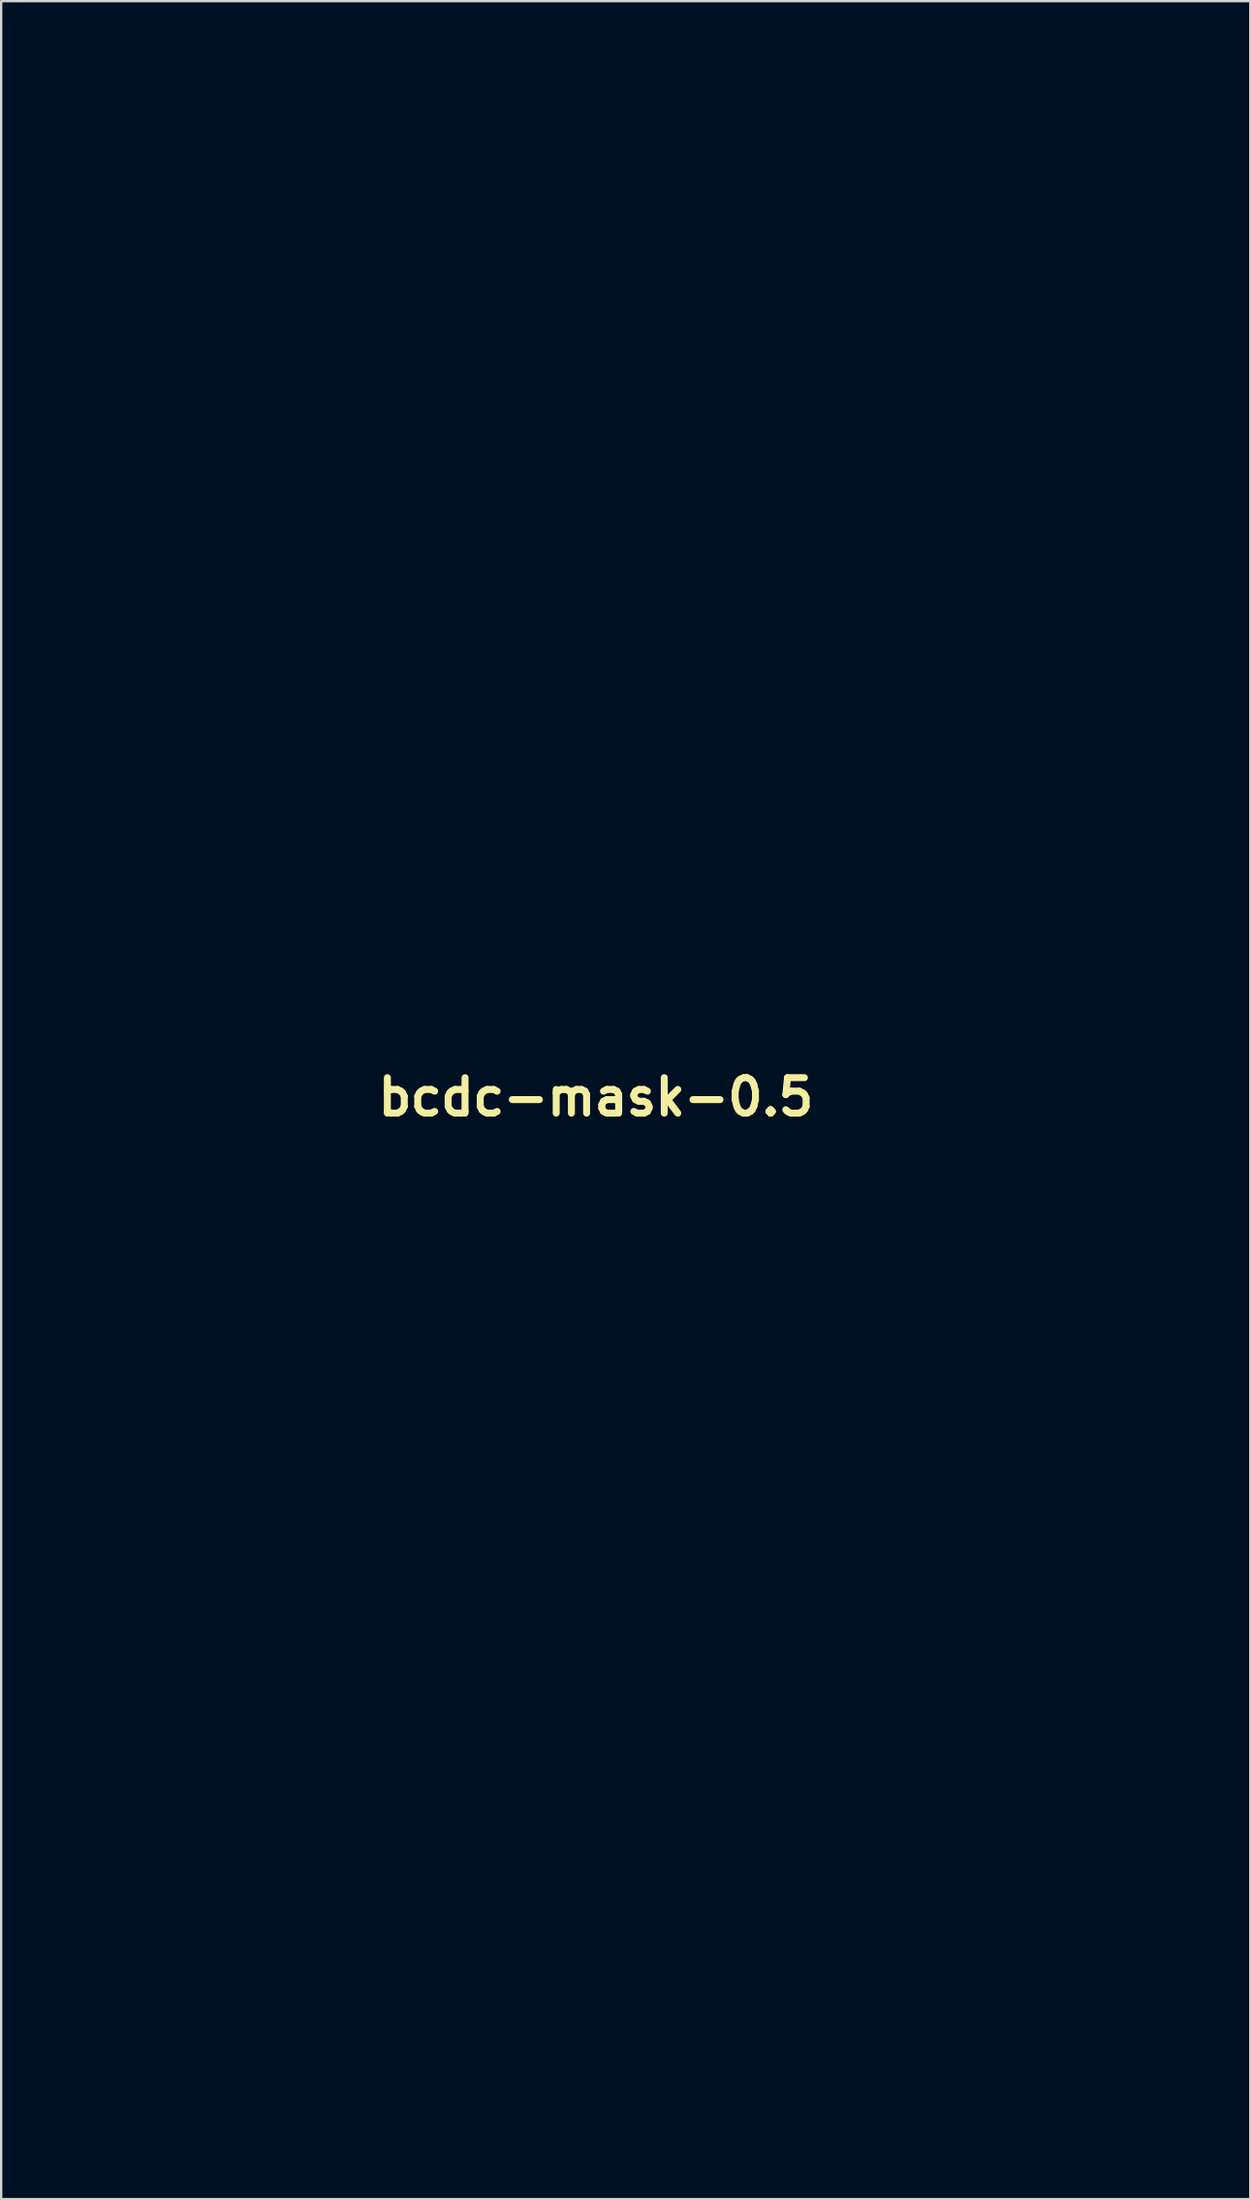
<source format=kicad_pcb>
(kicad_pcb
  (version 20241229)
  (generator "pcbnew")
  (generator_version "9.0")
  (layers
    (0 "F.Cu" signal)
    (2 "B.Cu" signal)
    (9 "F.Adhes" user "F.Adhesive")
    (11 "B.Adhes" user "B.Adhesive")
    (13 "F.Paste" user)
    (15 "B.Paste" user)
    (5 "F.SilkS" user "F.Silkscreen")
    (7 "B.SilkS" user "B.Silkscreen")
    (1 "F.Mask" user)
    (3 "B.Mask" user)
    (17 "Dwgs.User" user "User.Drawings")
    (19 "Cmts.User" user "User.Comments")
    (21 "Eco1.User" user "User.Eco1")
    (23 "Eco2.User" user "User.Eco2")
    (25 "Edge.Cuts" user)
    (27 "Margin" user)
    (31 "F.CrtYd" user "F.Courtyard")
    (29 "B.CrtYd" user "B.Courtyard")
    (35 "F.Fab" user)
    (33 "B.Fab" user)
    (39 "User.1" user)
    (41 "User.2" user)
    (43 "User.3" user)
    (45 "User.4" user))
  (footprint "bcdc-mask-0.5"
    (layer "F.Cu")
    (at 22.563 44.099)
    (property "Reference" "bcdc-mask-0.5" (at 0 0 0) (layer "F.SilkS") (effects (font (size 1.524 1.524) (thickness 0.3))))
    (attr through_hole)
    (fp_poly (pts (xy 22.716 -7.491) (xy 22.89 -7.381) (xy 22.97 -7.155) (xy 22.96 -6.799) (xy 22.91 -6.513) (xy 22.848 -5.963) (xy 22.859 -5.297) (xy 22.939 -4.558) (xy 23.085 -3.793) (xy 23.13 -3.61) (xy 23.253 -3.185) (xy 23.407 -2.746) (xy 23.574 -2.334) (xy 23.739 -1.987) (xy 23.884 -1.742) (xy 23.972 -1.647) (xy 24.054 -1.679) (xy 24.129 -1.859) (xy 24.189 -2.155) (xy 24.23 -2.537) (xy 24.245 -2.961) (xy 24.216 -3.486) (xy 24.138 -4.1) (xy 24.022 -4.74) (xy 23.88 -5.338) (xy 23.725 -5.831) (xy 23.71 -5.867) (xy 23.566 -6.332) (xy 23.547 -6.672) (xy 23.655 -6.887) (xy 23.716 -6.929) (xy 23.95 -6.983) (xy 24.17 -6.882) (xy 24.378 -6.62) (xy 24.578 -6.193) (xy 24.774 -5.596) (xy 24.877 -5.206) (xy 24.981 -4.681) (xy 25.058 -4.078) (xy 25.106 -3.442) (xy 25.123 -2.819) (xy 25.107 -2.252) (xy 25.057 -1.788) (xy 25.012 -1.581) (xy 24.819 -1.124) (xy 24.557 -0.813) (xy 24.241 -0.655) (xy 23.888 -0.659) (xy 23.526 -0.824) (xy 23.209 -1.125) (xy 22.908 -1.576) (xy 22.632 -2.15) (xy 22.39 -2.819) (xy 22.191 -3.557) (xy 22.044 -4.336) (xy 21.957 -5.129) (xy 21.937 -5.702) (xy 21.966 -6.385) (xy 22.056 -6.908) (xy 22.203 -7.27) (xy 22.409 -7.469) (xy 22.67 -7.501) (xy 22.716 -7.491)) (stroke (width 0.01) (type solid)) (fill yes) (layer "F.Mask"))
    (fp_poly (pts (xy -0.133 -44.094) (xy 0.813 -44.091) (xy 1.607 -44.085) (xy 2.274 -44.073) (xy 2.841 -44.054) (xy 3.332 -44.029) (xy 3.773 -43.995) (xy 4.189 -43.952) (xy 4.352 -43.933) (xy 6.192 -43.651) (xy 7.904 -43.281) (xy 9.478 -42.824) (xy 10.791 -42.331) (xy 12.221 -41.63) (xy 13.578 -40.768) (xy 14.859 -39.745) (xy 16.066 -38.561) (xy 17.197 -37.216) (xy 18.254 -35.71) (xy 19.235 -34.044) (xy 19.453 -33.633) (xy 19.753 -33.039) (xy 19.956 -32.594) (xy 20.064 -32.298) (xy 20.075 -32.152) (xy 19.989 -32.154) (xy 19.807 -32.305) (xy 19.527 -32.605) (xy 19.15 -33.053) (xy 18.927 -33.329) (xy 17.802 -34.7) (xy 16.721 -35.928) (xy 15.663 -37.034) (xy 14.608 -38.042) (xy 13.948 -38.625) (xy 12.845 -39.473) (xy 11.713 -40.148) (xy 10.544 -40.652) (xy 9.33 -40.987) (xy 8.061 -41.158) (xy 6.729 -41.166) (xy 6.288 -41.135) (xy 5.458 -41.038) (xy 4.529 -40.892) (xy 3.559 -40.707) (xy 2.607 -40.496) (xy 1.731 -40.269) (xy 1.166 -40.1) (xy 0.69 -39.952) (xy 0.302 -39.857) (xy -0.042 -39.817) (xy -0.387 -39.831) (xy -0.776 -39.902) (xy -1.254 -40.031) (xy -1.726 -40.174) (xy -2.8 -40.478) (xy -3.906 -40.733) (xy -5.013 -40.935) (xy -6.086 -41.08) (xy -7.093 -41.162) (xy -8 -41.179) (xy -8.678 -41.135) (xy -9.98 -40.899) (xy -11.234 -40.492) (xy -12.435 -39.916) (xy -13.433 -39.28) (xy -13.979 -38.856) (xy -14.608 -38.31) (xy -15.301 -37.662) (xy -16.038 -36.934) (xy -16.796 -36.146) (xy -17.557 -35.319) (xy -18.3 -34.475) (xy -19.004 -33.635) (xy -19.393 -33.149) (xy -19.679 -32.792) (xy -19.93 -32.491) (xy -20.124 -32.272) (xy -20.239 -32.159) (xy -20.258 -32.15) (xy -20.323 -32.224) (xy -20.338 -32.329) (xy -20.289 -32.546) (xy -20.152 -32.885) (xy -19.941 -33.325) (xy -19.667 -33.841) (xy -19.345 -34.411) (xy -18.987 -35.012) (xy -18.608 -35.621) (xy -18.219 -36.215) (xy -17.835 -36.771) (xy -17.576 -37.125) (xy -16.516 -38.413) (xy -15.384 -39.555) (xy -14.17 -40.556) (xy -12.863 -41.422) (xy -11.453 -42.159) (xy -9.932 -42.772) (xy -8.288 -43.268) (xy -6.513 -43.651) (xy -6.306 -43.687) (xy -5.663 -43.793) (xy -5.08 -43.879) (xy -4.53 -43.948) (xy -3.981 -44) (xy -3.405 -44.039) (xy -2.771 -44.066) (xy -2.052 -44.083) (xy -1.216 -44.091) (xy -0.235 -44.094) (xy -0.133 -44.094)) (stroke (width 0.01) (type solid)) (fill yes) (layer "F.Mask"))
    (fp_poly (pts (xy 12.52 -21.936) (xy 13.677 -21.936) (xy 14.68 -21.935) (xy 15.541 -21.933) (xy 16.272 -21.93) (xy 16.884 -21.925) (xy 17.388 -21.919) (xy 17.798 -21.911) (xy 18.125 -21.901) (xy 18.38 -21.888) (xy 18.576 -21.872) (xy 18.723 -21.853) (xy 18.834 -21.83) (xy 18.922 -21.804) (xy 18.996 -21.774) (xy 19.047 -21.751) (xy 19.531 -21.434) (xy 19.943 -20.991) (xy 20.24 -20.474) (xy 20.302 -20.304) (xy 20.459 -19.805) (xy 22.203 -19.805) (xy 22.203 -18.295) (xy 20.439 -18.295) (xy 20.41 -16.319) (xy 20.398 -15.604) (xy 20.377 -15.041) (xy 20.343 -14.603) (xy 20.289 -14.264) (xy 20.206 -13.998) (xy 20.09 -13.78) (xy 19.934 -13.583) (xy 19.729 -13.381) (xy 19.636 -13.295) (xy 19.516 -13.184) (xy 19.412 -13.086) (xy 19.311 -13.001) (xy 19.202 -12.928) (xy 19.073 -12.866) (xy 18.913 -12.814) (xy 18.708 -12.771) (xy 18.449 -12.737) (xy 18.122 -12.71) (xy 17.715 -12.69) (xy 17.218 -12.675) (xy 16.618 -12.665) (xy 15.904 -12.659) (xy 15.063 -12.656) (xy 14.084 -12.655) (xy 12.956 -12.655) (xy 11.665 -12.656) (xy 11.19 -12.656) (xy 9.871 -12.656) (xy 8.718 -12.656) (xy 7.719 -12.657) (xy 6.861 -12.659) (xy 6.134 -12.662) (xy 5.526 -12.666) (xy 5.024 -12.673) (xy 4.616 -12.681) (xy 4.292 -12.691) (xy 4.038 -12.705) (xy 3.844 -12.721) (xy 3.697 -12.74) (xy 3.586 -12.762) (xy 3.498 -12.789) (xy 3.422 -12.819) (xy 3.367 -12.844) (xy 2.865 -13.159) (xy 2.435 -13.588) (xy 2.17 -13.996) (xy 2.113 -14.131) (xy 2.068 -14.29) (xy 2.034 -14.501) (xy 2.008 -14.788) (xy 1.987 -15.177) (xy 1.97 -15.694) (xy 1.954 -16.339) (xy 1.909 -18.334) (xy 1.465 -18.51) (xy 1.078 -18.613) (xy 0.572 -18.678) (xy -0.000485 -18.704) (xy -0.584 -18.691) (xy -1.126 -18.639) (xy -1.572 -18.548) (xy -1.687 -18.511) (xy -2.176 -18.328) (xy -2.223 -16.38) (xy -2.243 -15.675) (xy -2.267 -15.122) (xy -2.301 -14.693) (xy -2.352 -14.361) (xy -2.425 -14.1) (xy -2.526 -13.884) (xy -2.661 -13.685) (xy -2.836 -13.478) (xy -2.878 -13.431) (xy -3.156 -13.183) (xy -3.497 -12.953) (xy -3.664 -12.866) (xy -4.13 -12.656) (xy -11.279 -12.642) (xy -12.4 -12.641) (xy -13.476 -12.641) (xy -14.494 -12.644) (xy -15.439 -12.648) (xy -16.297 -12.654) (xy -17.053 -12.661) (xy -17.694 -12.669) (xy -18.205 -12.679) (xy -18.572 -12.689) (xy -18.781 -12.701) (xy -18.815 -12.705) (xy -19.289 -12.861) (xy -19.746 -13.116) (xy -20.116 -13.43) (xy -20.199 -13.528) (xy -20.353 -13.742) (xy -20.472 -13.944) (xy -20.56 -14.162) (xy -20.62 -14.423) (xy -20.659 -14.754) (xy -20.681 -15.184) (xy -20.691 -15.738) (xy -20.693 -16.383) (xy -20.693 -18.295) (xy -22.558 -18.295) (xy -22.558 -19.805) (xy -20.716 -19.805) (xy -20.699 -19.907) (xy -19.183 -19.907) (xy -19.183 -17.345) (xy -19.182 -16.559) (xy -19.178 -15.931) (xy -19.166 -15.441) (xy -19.143 -15.07) (xy -19.105 -14.797) (xy -19.049 -14.604) (xy -18.971 -14.47) (xy -18.868 -14.375) (xy -18.735 -14.301) (xy -18.617 -14.247) (xy -18.471 -14.222) (xy -18.166 -14.2) (xy -17.719 -14.182) (xy -17.146 -14.166) (xy -16.463 -14.152) (xy -15.688 -14.142) (xy -14.836 -14.135) (xy -13.925 -14.13) (xy -12.971 -14.128) (xy -11.991 -14.128) (xy -11 -14.132) (xy -10.017 -14.137) (xy -9.057 -14.145) (xy -8.138 -14.156) (xy -7.275 -14.168) (xy -6.485 -14.183) (xy -5.785 -14.2) (xy -5.191 -14.22) (xy -4.721 -14.241) (xy -4.39 -14.265) (xy -4.215 -14.29) (xy -4.196 -14.298) (xy -4.063 -14.397) (xy -3.958 -14.51) (xy -3.877 -14.66) (xy -3.818 -14.864) (xy -3.777 -15.145) (xy -3.753 -15.522) (xy -3.742 -16.015) (xy -3.741 -16.645) (xy -3.748 -17.432) (xy -3.748 -17.445) (xy -3.774 -19.882) (xy -3.798 -19.907) (xy 3.464 -19.907) (xy 3.464 -17.337) (xy 3.464 -16.592) (xy 3.467 -16.004) (xy 3.472 -15.552) (xy 3.483 -15.215) (xy 3.499 -14.972) (xy 3.523 -14.803) (xy 3.556 -14.686) (xy 3.599 -14.601) (xy 3.647 -14.534) (xy 3.868 -14.339) (xy 4.113 -14.219) (xy 4.258 -14.203) (xy 4.564 -14.188) (xy 5.013 -14.175) (xy 5.589 -14.163) (xy 6.274 -14.153) (xy 7.052 -14.145) (xy 7.906 -14.138) (xy 8.817 -14.133) (xy 9.77 -14.13) (xy 10.748 -14.128) (xy 11.733 -14.128) (xy 12.708 -14.13) (xy 13.657 -14.133) (xy 14.561 -14.138) (xy 15.405 -14.144) (xy 16.172 -14.153) (xy 16.843 -14.162) (xy 17.403 -14.174) (xy 17.833 -14.187) (xy 18.118 -14.202) (xy 18.233 -14.216) (xy 18.574 -14.392) (xy 18.743 -14.593) (xy 18.795 -14.688) (xy 18.835 -14.801) (xy 18.865 -14.952) (xy 18.887 -15.163) (xy 18.902 -15.458) (xy 18.91 -15.857) (xy 18.915 -16.383) (xy 18.916 -17.057) (xy 18.916 -17.302) (xy 18.915 -18.061) (xy 18.91 -18.664) (xy 18.898 -19.132) (xy 18.876 -19.485) (xy 18.841 -19.745) (xy 18.791 -19.933) (xy 18.723 -20.07) (xy 18.634 -20.177) (xy 18.529 -20.269) (xy 18.485 -20.297) (xy 18.42 -20.321) (xy 18.321 -20.342) (xy 18.178 -20.36) (xy 17.977 -20.375) (xy 17.709 -20.388) (xy 17.361 -20.398) (xy 16.921 -20.406) (xy 16.378 -20.412) (xy 15.72 -20.417) (xy 14.936 -20.42) (xy 14.014 -20.422) (xy 12.942 -20.424) (xy 11.709 -20.424) (xy 11.161 -20.425) (xy 3.983 -20.427) (xy 3.464 -19.907) (xy -3.798 -19.907) (xy -4.035 -20.154) (xy -4.296 -20.427) (xy -18.664 -20.427) (xy -19.183 -19.907) (xy -20.699 -19.907) (xy -20.661 -20.149) (xy -20.523 -20.562) (xy -20.262 -20.988) (xy -19.916 -21.373) (xy -19.59 -21.623) (xy -19.153 -21.892) (xy -11.617 -21.916) (xy -10.287 -21.92) (xy -9.122 -21.923) (xy -8.112 -21.925) (xy -7.244 -21.926) (xy -6.506 -21.926) (xy -5.887 -21.923) (xy -5.375 -21.919) (xy -4.959 -21.912) (xy -4.625 -21.903) (xy -4.363 -21.891) (xy -4.161 -21.876) (xy -4.007 -21.858) (xy -3.889 -21.836) (xy -3.795 -21.81) (xy -3.714 -21.781) (xy -3.64 -21.75) (xy -3.247 -21.518) (xy -2.884 -21.193) (xy -2.585 -20.815) (xy -2.382 -20.427) (xy -2.309 -20.077) (xy -2.297 -20.001) (xy -2.235 -19.972) (xy -2.086 -19.99) (xy -1.815 -20.055) (xy -1.71 -20.082) (xy -1.058 -20.199) (xy -0.308 -20.246) (xy 0.475 -20.224) (xy 1.225 -20.134) (xy 1.7 -20.031) (xy 1.857 -20.008) (xy 1.952 -20.074) (xy 2.034 -20.267) (xy 2.047 -20.308) (xy 2.325 -20.889) (xy 2.734 -21.373) (xy 3.246 -21.733) (xy 3.492 -21.843) (xy 3.63 -21.862) (xy 3.938 -21.879) (xy 4.415 -21.894) (xy 5.063 -21.907) (xy 5.883 -21.917) (xy 6.875 -21.925) (xy 8.042 -21.931) (xy 9.384 -21.935) (xy 10.903 -21.936) (xy 11.197 -21.936) (xy 12.52 -21.936)) (stroke (width 0.01) (type solid)) (fill yes) (layer "F.Mask"))
    (fp_poly (pts (xy 0.266 -5.923) (xy 1.272 -5.87) (xy 2.152 -5.769) (xy 2.952 -5.608) (xy 3.722 -5.376) (xy 4.507 -5.063) (xy 5.084 -4.793) (xy 6.157 -4.206) (xy 7.239 -3.49) (xy 8.342 -2.636) (xy 9.479 -1.634) (xy 10.617 -0.521) (xy 11.05 -0.072) (xy 11.473 0.379) (xy 11.857 0.801) (xy 12.176 1.164) (xy 12.4 1.436) (xy 12.422 1.465) (xy 12.912 2.202) (xy 13.341 3.017) (xy 13.679 3.846) (xy 13.865 4.485) (xy 14.07 5.308) (xy 14.275 5.972) (xy 14.487 6.493) (xy 14.716 6.89) (xy 14.969 7.179) (xy 15.256 7.378) (xy 15.307 7.404) (xy 15.54 7.496) (xy 15.723 7.498) (xy 15.916 7.431) (xy 16.31 7.183) (xy 16.73 6.76) (xy 17.177 6.164) (xy 17.649 5.396) (xy 18.147 4.457) (xy 18.668 3.348) (xy 19.214 2.07) (xy 19.782 0.625) (xy 20.338 -0.888) (xy 20.532 -1.422) (xy 20.726 -1.934) (xy 20.904 -2.386) (xy 21.052 -2.74) (xy 21.139 -2.931) (xy 21.276 -3.195) (xy 21.356 -3.318) (xy 21.403 -3.317) (xy 21.44 -3.21) (xy 21.452 -3.162) (xy 21.488 -2.883) (xy 21.495 -2.455) (xy 21.477 -1.903) (xy 21.436 -1.254) (xy 21.374 -0.534) (xy 21.295 0.232) (xy 21.2 1.018) (xy 21.093 1.798) (xy 20.975 2.546) (xy 20.849 3.236) (xy 20.821 3.375) (xy 20.591 4.356) (xy 20.311 5.284) (xy 19.969 6.182) (xy 19.554 7.073) (xy 19.052 7.98) (xy 18.452 8.927) (xy 17.743 9.935) (xy 16.912 11.028) (xy 16.692 11.308) (xy 16.095 12.066) (xy 15.593 12.727) (xy 15.18 13.315) (xy 14.85 13.853) (xy 14.596 14.366) (xy 14.412 14.877) (xy 14.291 15.411) (xy 14.228 15.992) (xy 14.216 16.643) (xy 14.249 17.389) (xy 14.319 18.253) (xy 14.422 19.259) (xy 14.472 19.716) (xy 14.69 21.64) (xy 14.934 23.655) (xy 15.197 25.721) (xy 15.474 27.798) (xy 15.76 29.845) (xy 16.05 31.823) (xy 16.337 33.692) (xy 16.532 34.903) (xy 16.716 36.099) (xy 16.846 37.142) (xy 16.922 38.048) (xy 16.941 38.833) (xy 16.905 39.515) (xy 16.81 40.11) (xy 16.656 40.634) (xy 16.443 41.103) (xy 16.169 41.534) (xy 16.115 41.606) (xy 15.797 41.932) (xy 15.359 42.256) (xy 14.856 42.546) (xy 14.342 42.767) (xy 14.225 42.805) (xy 13.654 42.96) (xy 12.94 43.126) (xy 12.117 43.297) (xy 11.218 43.466) (xy 10.277 43.628) (xy 9.328 43.776) (xy 8.405 43.906) (xy 7.54 44.01) (xy 7.194 44.045) (xy 6.038 44.141) (xy 4.745 44.221) (xy 3.354 44.282) (xy 1.904 44.326) (xy 0.435 44.351) (xy -1.015 44.357) (xy -2.404 44.342) (xy -3.695 44.306) (xy -4.707 44.258) (xy -6.791 44.103) (xy -8.761 43.896) (xy -10.604 43.639) (xy -12.304 43.333) (xy -13.847 42.981) (xy -14.007 42.939) (xy -14.858 42.666) (xy -15.553 42.33) (xy -16.109 41.922) (xy -16.54 41.432) (xy -16.723 41.136) (xy -16.945 40.662) (xy -17.108 40.15) (xy -17.214 39.581) (xy -17.263 38.936) (xy -17.255 38.198) (xy -17.191 37.346) (xy -17.072 36.364) (xy -16.898 35.232) (xy -16.887 35.169) (xy -16.699 34.02) (xy -16.508 32.806) (xy -16.317 31.542) (xy -16.126 30.242) (xy -15.938 28.919) (xy -15.754 27.587) (xy -15.577 26.261) (xy -15.407 24.955) (xy -15.246 23.683) (xy -15.097 22.459) (xy -14.961 21.296) (xy -14.84 20.209) (xy -14.735 19.212) (xy -14.648 18.319) (xy -14.582 17.543) (xy -14.537 16.9) (xy -14.515 16.402) (xy -14.519 16.065) (xy -14.521 16.038) (xy -14.668 15.09) (xy -14.952 14.226) (xy -15.385 13.412) (xy -15.935 12.67) (xy -16.407 12.095) (xy -16.922 11.443) (xy -17.448 10.756) (xy -17.955 10.075) (xy -18.412 9.44) (xy -18.788 8.895) (xy -18.826 8.837) (xy -19.533 7.686) (xy -20.104 6.575) (xy -20.561 5.457) (xy -20.923 4.286) (xy -21.082 3.634) (xy -21.217 2.969) (xy -21.345 2.22) (xy -21.463 1.417) (xy -21.568 0.592) (xy -21.656 -0.225) (xy -21.724 -1.001) (xy -21.769 -1.705) (xy -21.787 -2.308) (xy -21.775 -2.776) (xy -21.766 -2.886) (xy -21.707 -3.419) (xy -21.412 -2.798) (xy -21.301 -2.549) (xy -21.14 -2.164) (xy -20.938 -1.67) (xy -20.708 -1.095) (xy -20.46 -0.469) (xy -20.208 0.18) (xy -20.198 0.206) (xy -19.928 0.898) (xy -19.648 1.608) (xy -19.371 2.297) (xy -19.113 2.927) (xy -18.89 3.462) (xy -18.738 3.814) (xy -18.297 4.752) (xy -17.858 5.57) (xy -17.427 6.258) (xy -17.012 6.803) (xy -16.621 7.196) (xy -16.303 7.407) (xy -16.072 7.497) (xy -15.889 7.497) (xy -15.701 7.429) (xy -15.347 7.215) (xy -15.04 6.885) (xy -14.924 6.686) (xy -9.826 6.686) (xy -9.677 7.632) (xy -9.404 8.512) (xy -9.043 9.24) (xy -8.59 9.82) (xy -8.042 10.255) (xy -7.395 10.549) (xy -6.992 10.653) (xy -6.381 10.728) (xy -5.875 10.687) (xy -5.546 10.579) (xy -5.165 10.329) (xy -4.806 9.96) (xy -4.517 9.525) (xy -4.394 9.248) (xy -4.33 8.992) (xy -4.266 8.613) (xy -4.212 8.165) (xy -4.178 7.771) (xy -4.135 7.22) (xy -4.084 6.814) (xy -4.015 6.521) (xy -3.92 6.309) (xy -3.789 6.146) (xy -3.673 6.045) (xy -3.536 5.952) (xy -3.388 5.897) (xy -3.181 5.875) (xy -2.871 5.877) (xy -2.623 5.888) (xy -2.172 5.924) (xy -1.703 5.987) (xy -1.307 6.064) (xy -1.243 6.08) (xy -0.744 6.167) (xy -0.159 6.197) (xy 0.443 6.17) (xy 0.994 6.091) (xy 1.321 6.001) (xy 1.66 5.92) (xy 2.108 5.872) (xy 2.441 5.862) (xy 2.881 5.878) (xy 3.214 5.942) (xy 3.456 6.074) (xy 3.626 6.298) (xy 3.738 6.633) (xy 3.81 7.103) (xy 3.858 7.727) (xy 3.92 8.417) (xy 4.023 8.972) (xy 4.178 9.431) (xy 4.397 9.833) (xy 4.483 9.957) (xy 4.857 10.362) (xy 5.292 10.616) (xy 5.805 10.725) (xy 6.413 10.695) (xy 6.679 10.646) (xy 7.402 10.41) (xy 8.028 10.035) (xy 8.541 9.534) (xy 8.92 8.929) (xy 9.277 7.985) (xy 9.475 7.013) (xy 9.513 6.038) (xy 9.392 5.084) (xy 9.111 4.174) (xy 8.972 3.863) (xy 8.494 3.085) (xy 7.865 2.369) (xy 7.1 1.721) (xy 6.215 1.147) (xy 5.227 0.653) (xy 4.152 0.245) (xy 3.006 -0.072) (xy 1.805 -0.292) (xy 0.565 -0.409) (xy -0.696 -0.417) (xy -1.964 -0.311) (xy -2.531 -0.224) (xy -3.688 0.03) (xy -4.809 0.378) (xy -5.857 0.804) (xy -6.794 1.294) (xy -7.326 1.639) (xy -8.131 2.311) (xy -8.786 3.067) (xy -9.289 3.895) (xy -9.632 4.782) (xy -9.813 5.717) (xy -9.826 6.686) (xy -14.924 6.686) (xy -14.773 6.427) (xy -14.536 5.826) (xy -14.323 5.066) (xy -14.261 4.799) (xy -13.969 3.798) (xy -13.555 2.81) (xy -13.045 1.896) (xy -12.714 1.421) (xy -12.518 1.183) (xy -12.223 0.849) (xy -11.854 0.446) (xy -11.437 0.003) (xy -10.999 -0.453) (xy -10.867 -0.587) (xy -9.803 -1.627) (xy -8.796 -2.525) (xy -7.823 -3.296) (xy -6.864 -3.959) (xy -5.895 -4.528) (xy -5.284 -4.841) (xy -4.364 -5.246) (xy -3.475 -5.55) (xy -2.574 -5.76) (xy -1.622 -5.885) (xy -0.575 -5.933) (xy 0.266 -5.923)) (stroke (width 0.01) (type solid)) (fill yes) (layer "F.Mask")))
  (gr_rect
    (start -3 -3)
    (end 50.691 91.46)
    (stroke (width 0.1) (type default))
    (fill no)
    (layer "Edge.Cuts")))
</source>
